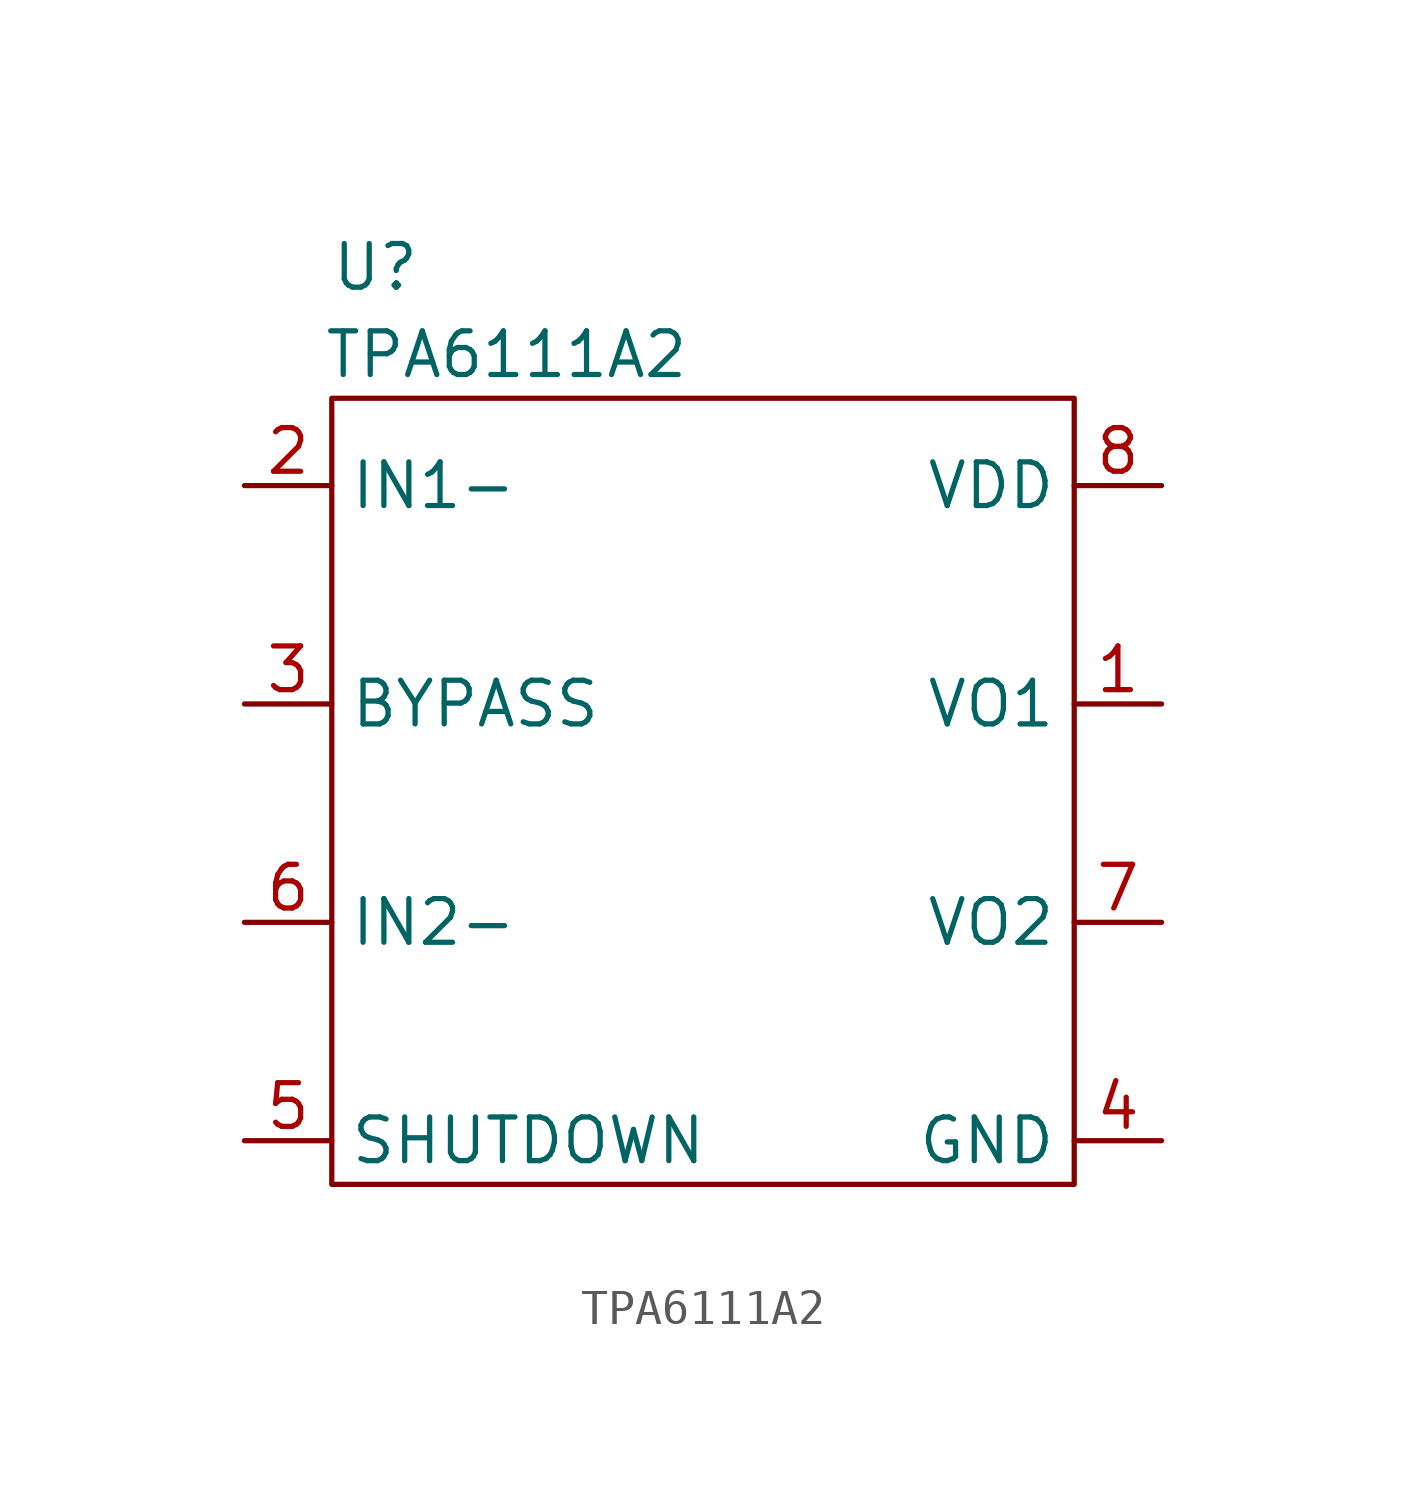
<source format=kicad_sym>
(kicad_symbol_lib
  (version 20211014)
  (generator kicad_symbol_editor)
  (symbol "TPA6111A2"
    (property "Reference" "U"
      (at 3.81 26.67 0)
      (effects (font (size 1.27 1.27))))
    (property "Value" "TPA6111A2"
      (at 7.62 24.13 0)
      (effects (font (size 1.27 1.27))))
    (symbol "TPA6111A2_0_0"
      (pin passive line (at 26.67 13.97 180) (length 2.54) (name "VO1" (effects (font (size 1.27 1.27)))) (number "1" (effects (font (size 1.27 1.27)))))
      (pin passive line (at 0 20.32 0) (length 2.54) (name "IN1-" (effects (font (size 1.27 1.27)))) (number "2" (effects (font (size 1.27 1.27)))))
      (pin passive line (at 0 13.97 0) (length 2.54) (name "BYPASS" (effects (font (size 1.27 1.27)))) (number "3" (effects (font (size 1.27 1.27)))))
      (pin passive line (at 26.67 1.27 180) (length 2.54) (name "GND" (effects (font (size 1.27 1.27)))) (number "4" (effects (font (size 1.27 1.27)))))
      (pin passive line (at 0 1.27 0) (length 2.54) (name "SHUTDOWN" (effects (font (size 1.27 1.27)))) (number "5" (effects (font (size 1.27 1.27)))))
      (pin passive line (at 0 7.62 0) (length 2.54) (name "IN2-" (effects (font (size 1.27 1.27)))) (number "6" (effects (font (size 1.27 1.27)))))
      (pin passive line (at 26.67 7.62 180) (length 2.54) (name "VO2" (effects (font (size 1.27 1.27)))) (number "7" (effects (font (size 1.27 1.27)))))
      (pin passive line (at 26.67 20.32 180) (length 2.54) (name "VDD" (effects (font (size 1.27 1.27)))) (number "8" (effects (font (size 1.27 1.27))))))
    (symbol "TPA6111A2_0_1"
      (rectangle (start 2.54 22.86) (end 24.13 0) (stroke (width 0) (type default) (color 0 0 0 0)) (fill (type none))))))
</source>
